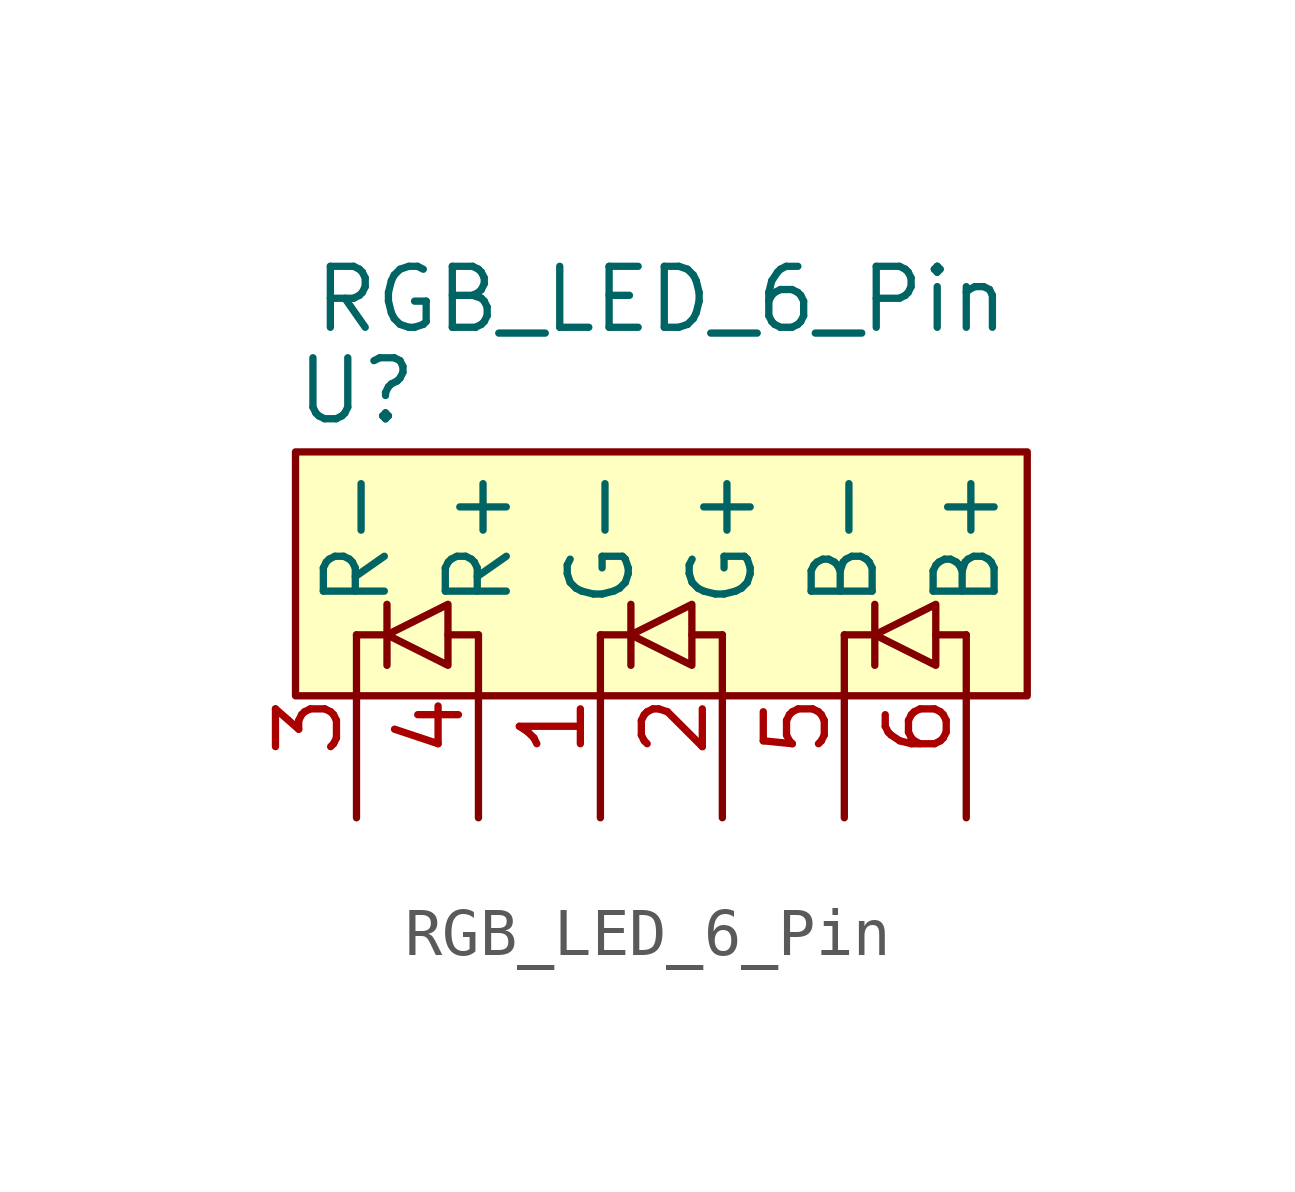
<source format=kicad_sym>
(kicad_symbol_lib
  (version 20211014)
  (generator kicad_symbol_editor)
  (symbol "RGB_LED_6_Pin"
    (property "Reference" "U"
      (at -6.35 1.905 0)
      (effects (font (size 1.27 1.27))))
    (property "Value" "RGB_LED_6_Pin"
      (at 0 3.81 0)
      (effects (font (size 1.27 1.27))))
    (symbol "RGB_LED_6_Pin_0_1"
      (rectangle (start -7.62 0.635) (end 7.62 -4.445) (stroke (width 0) (type default) (color 0 0 0 0)) (fill (type background)))
      (polyline (pts (xy -6.35 -3.175) (xy -5.715 -3.175)) (stroke (width 0) (type default) (color 0 0 0 0)) (fill (type none)))
      (polyline (pts (xy -5.715 -2.54) (xy -5.715 -3.81)) (stroke (width 0) (type default) (color 0 0 0 0)) (fill (type none)))
      (polyline (pts (xy -3.81 -3.175) (xy -4.445 -3.175)) (stroke (width 0) (type default) (color 0 0 0 0)) (fill (type none)))
      (polyline (pts (xy -1.27 -3.175) (xy -0.635 -3.175)) (stroke (width 0) (type default) (color 0 0 0 0)) (fill (type none)))
      (polyline (pts (xy -0.635 -2.54) (xy -0.635 -3.81)) (stroke (width 0) (type default) (color 0 0 0 0)) (fill (type none)))
      (polyline (pts (xy 1.27 -3.175) (xy 0.635 -3.175)) (stroke (width 0) (type default) (color 0 0 0 0)) (fill (type none)))
      (polyline (pts (xy 3.81 -3.175) (xy 4.445 -3.175)) (stroke (width 0) (type default) (color 0 0 0 0)) (fill (type none)))
      (polyline (pts (xy 4.445 -2.54) (xy 4.445 -3.81)) (stroke (width 0) (type default) (color 0 0 0 0)) (fill (type none)))
      (polyline (pts (xy 6.35 -3.175) (xy 5.715 -3.175)) (stroke (width 0) (type default) (color 0 0 0 0)) (fill (type none)))
      (polyline (pts (xy -4.445 -2.54) (xy -5.715 -3.175) (xy -4.445 -3.81) (xy -4.445 -2.54)) (stroke (width 0) (type default) (color 0 0 0 0)) (fill (type none)))
      (polyline (pts (xy 0.635 -2.54) (xy -0.635 -3.175) (xy 0.635 -3.81) (xy 0.635 -2.54)) (stroke (width 0) (type default) (color 0 0 0 0)) (fill (type none)))
      (polyline (pts (xy 5.715 -2.54) (xy 4.445 -3.175) (xy 5.715 -3.81) (xy 5.715 -2.54)) (stroke (width 0) (type default) (color 0 0 0 0)) (fill (type none))))
    (symbol "RGB_LED_6_Pin_1_1"
      (pin power_in line (at -1.27 -6.985 90) (length 3.81) (name "G-" (effects (font (size 1.27 1.27)))) (number "1" (effects (font (size 1.27 1.27)))))
      (pin power_in line (at 1.27 -6.985 90) (length 3.81) (name "G+" (effects (font (size 1.27 1.27)))) (number "2" (effects (font (size 1.27 1.27)))))
      (pin power_in line (at -6.35 -6.985 90) (length 3.81) (name "R-" (effects (font (size 1.27 1.27)))) (number "3" (effects (font (size 1.27 1.27)))))
      (pin power_in line (at -3.81 -6.985 90) (length 3.81) (name "R+" (effects (font (size 1.27 1.27)))) (number "4" (effects (font (size 1.27 1.27)))))
      (pin power_in line (at 3.81 -6.985 90) (length 3.81) (name "B-" (effects (font (size 1.27 1.27)))) (number "5" (effects (font (size 1.27 1.27)))))
      (pin power_in line (at 6.35 -6.985 90) (length 3.81) (name "B+" (effects (font (size 1.27 1.27)))) (number "6" (effects (font (size 1.27 1.27))))))))
</source>
